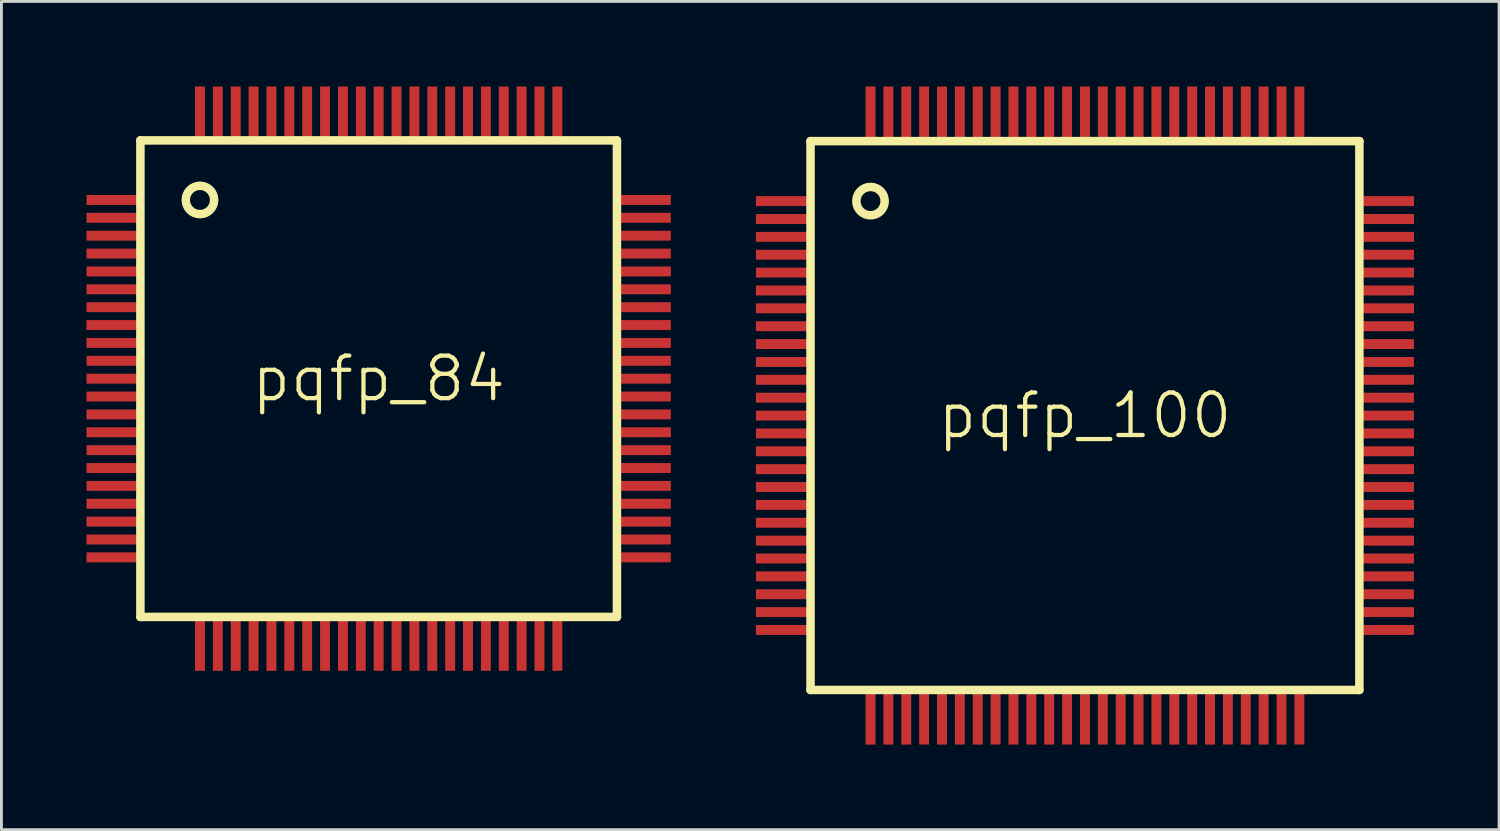
<source format=kicad_pcb>
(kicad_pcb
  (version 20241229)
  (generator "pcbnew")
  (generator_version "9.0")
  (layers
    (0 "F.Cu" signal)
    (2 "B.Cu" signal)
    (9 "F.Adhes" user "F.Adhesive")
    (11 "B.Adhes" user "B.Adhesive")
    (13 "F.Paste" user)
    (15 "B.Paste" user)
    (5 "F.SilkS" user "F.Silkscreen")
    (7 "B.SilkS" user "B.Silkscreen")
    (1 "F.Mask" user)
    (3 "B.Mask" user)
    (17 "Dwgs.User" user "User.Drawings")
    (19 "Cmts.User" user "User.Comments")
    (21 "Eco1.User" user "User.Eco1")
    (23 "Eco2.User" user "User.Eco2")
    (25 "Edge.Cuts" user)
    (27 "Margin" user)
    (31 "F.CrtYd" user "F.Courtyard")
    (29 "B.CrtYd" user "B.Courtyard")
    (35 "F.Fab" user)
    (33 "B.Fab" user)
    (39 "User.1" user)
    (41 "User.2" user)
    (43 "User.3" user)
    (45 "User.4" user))
  (footprint "pqfp_84"
    (layer "F.Cu")
    (at 10.3 10.3)
    (property "Reference" "pqfp_84" (at 0 0 0) (layer "F.SilkS") (effects (font (size 1.5 1.5) (thickness 0.15))))
    (attr through_hole)
    (fp_line (start -8.4 -8.4) (end 8.4 -8.4) (stroke (width 0.3) (type solid)) (layer "F.SilkS"))
    (fp_line (start -8.4 8.4) (end -8.4 -8.4) (stroke (width 0.3) (type solid)) (layer "F.SilkS"))
    (fp_line (start 8.4 -8.4) (end 8.4 8.4) (stroke (width 0.3) (type solid)) (layer "F.SilkS"))
    (fp_line (start 8.4 8.4) (end -8.4 8.4) (stroke (width 0.3) (type solid)) (layer "F.SilkS"))
    (fp_circle (center -6.3 -6.3) (end -5.8 -6.3) (stroke (width 0.3) (type solid)) (fill no) (layer "F.SilkS"))
    (pad "1" smd rect (at -9.4 -6.3 90) (size 0.35 1.8) (layers "F.Cu" "F.Mask" "F.Paste"))
    (pad "2" smd rect (at -9.4 -5.67 90) (size 0.35 1.8) (layers "F.Cu" "F.Mask" "F.Paste"))
    (pad "3" smd rect (at -9.4 -5.04 90) (size 0.35 1.8) (layers "F.Cu" "F.Mask" "F.Paste"))
    (pad "4" smd rect (at -9.4 -4.41 90) (size 0.35 1.8) (layers "F.Cu" "F.Mask" "F.Paste"))
    (pad "5" smd rect (at -9.4 -3.78 90) (size 0.35 1.8) (layers "F.Cu" "F.Mask" "F.Paste"))
    (pad "6" smd rect (at -9.4 -3.15 90) (size 0.35 1.8) (layers "F.Cu" "F.Mask" "F.Paste"))
    (pad "7" smd rect (at -9.4 -2.52 90) (size 0.35 1.8) (layers "F.Cu" "F.Mask" "F.Paste"))
    (pad "8" smd rect (at -9.4 -1.89 90) (size 0.35 1.8) (layers "F.Cu" "F.Mask" "F.Paste"))
    (pad "9" smd rect (at -9.4 -1.26 90) (size 0.35 1.8) (layers "F.Cu" "F.Mask" "F.Paste"))
    (pad "10" smd rect (at -9.4 -0.63 90) (size 0.35 1.8) (layers "F.Cu" "F.Mask" "F.Paste"))
    (pad "11" smd rect (at -9.4 0 90) (size 0.35 1.8) (layers "F.Cu" "F.Mask" "F.Paste"))
    (pad "12" smd rect (at -9.4 0.63 90) (size 0.35 1.8) (layers "F.Cu" "F.Mask" "F.Paste"))
    (pad "13" smd rect (at -9.4 1.26 90) (size 0.35 1.8) (layers "F.Cu" "F.Mask" "F.Paste"))
    (pad "14" smd rect (at -9.4 1.89 90) (size 0.35 1.8) (layers "F.Cu" "F.Mask" "F.Paste"))
    (pad "15" smd rect (at -9.4 2.52 90) (size 0.35 1.8) (layers "F.Cu" "F.Mask" "F.Paste"))
    (pad "16" smd rect (at -9.4 3.15 90) (size 0.35 1.8) (layers "F.Cu" "F.Mask" "F.Paste"))
    (pad "17" smd rect (at -9.4 3.78 90) (size 0.35 1.8) (layers "F.Cu" "F.Mask" "F.Paste"))
    (pad "18" smd rect (at -9.4 4.41 90) (size 0.35 1.8) (layers "F.Cu" "F.Mask" "F.Paste"))
    (pad "19" smd rect (at -9.4 5.04 90) (size 0.35 1.8) (layers "F.Cu" "F.Mask" "F.Paste"))
    (pad "20" smd rect (at -9.4 5.67 90) (size 0.35 1.8) (layers "F.Cu" "F.Mask" "F.Paste"))
    (pad "21" smd rect (at -9.4 6.3 90) (size 0.35 1.8) (layers "F.Cu" "F.Mask" "F.Paste"))
    (pad "22" smd rect (at -6.3 9.4) (size 0.35 1.8) (layers "F.Cu" "F.Mask" "F.Paste"))
    (pad "23" smd rect (at -5.67 9.4) (size 0.35 1.8) (layers "F.Cu" "F.Mask" "F.Paste"))
    (pad "24" smd rect (at -5.04 9.4) (size 0.35 1.8) (layers "F.Cu" "F.Mask" "F.Paste"))
    (pad "25" smd rect (at -4.41 9.4) (size 0.35 1.8) (layers "F.Cu" "F.Mask" "F.Paste"))
    (pad "26" smd rect (at -3.78 9.4) (size 0.35 1.8) (layers "F.Cu" "F.Mask" "F.Paste"))
    (pad "27" smd rect (at -3.15 9.4) (size 0.35 1.8) (layers "F.Cu" "F.Mask" "F.Paste"))
    (pad "28" smd rect (at -2.52 9.4) (size 0.35 1.8) (layers "F.Cu" "F.Mask" "F.Paste"))
    (pad "29" smd rect (at -1.89 9.4) (size 0.35 1.8) (layers "F.Cu" "F.Mask" "F.Paste"))
    (pad "30" smd rect (at -1.26 9.4) (size 0.35 1.8) (layers "F.Cu" "F.Mask" "F.Paste"))
    (pad "31" smd rect (at -0.63 9.4) (size 0.35 1.8) (layers "F.Cu" "F.Mask" "F.Paste"))
    (pad "32" smd rect (at 0 9.4) (size 0.35 1.8) (layers "F.Cu" "F.Mask" "F.Paste"))
    (pad "33" smd rect (at 0.63 9.4) (size 0.35 1.8) (layers "F.Cu" "F.Mask" "F.Paste"))
    (pad "34" smd rect (at 1.26 9.4) (size 0.35 1.8) (layers "F.Cu" "F.Mask" "F.Paste"))
    (pad "35" smd rect (at 1.89 9.4) (size 0.35 1.8) (layers "F.Cu" "F.Mask" "F.Paste"))
    (pad "36" smd rect (at 2.52 9.4) (size 0.35 1.8) (layers "F.Cu" "F.Mask" "F.Paste"))
    (pad "37" smd rect (at 3.15 9.4) (size 0.35 1.8) (layers "F.Cu" "F.Mask" "F.Paste"))
    (pad "38" smd rect (at 3.78 9.4) (size 0.35 1.8) (layers "F.Cu" "F.Mask" "F.Paste"))
    (pad "39" smd rect (at 4.41 9.4) (size 0.35 1.8) (layers "F.Cu" "F.Mask" "F.Paste"))
    (pad "40" smd rect (at 5.04 9.4) (size 0.35 1.8) (layers "F.Cu" "F.Mask" "F.Paste"))
    (pad "41" smd rect (at 5.67 9.4) (size 0.35 1.8) (layers "F.Cu" "F.Mask" "F.Paste"))
    (pad "42" smd rect (at 6.3 9.4) (size 0.35 1.8) (layers "F.Cu" "F.Mask" "F.Paste"))
    (pad "43" smd rect (at 9.4 6.3 90) (size 0.35 1.8) (layers "F.Cu" "F.Mask" "F.Paste"))
    (pad "44" smd rect (at 9.4 5.67 90) (size 0.35 1.8) (layers "F.Cu" "F.Mask" "F.Paste"))
    (pad "45" smd rect (at 9.4 5.04 90) (size 0.35 1.8) (layers "F.Cu" "F.Mask" "F.Paste"))
    (pad "46" smd rect (at 9.4 4.41 90) (size 0.35 1.8) (layers "F.Cu" "F.Mask" "F.Paste"))
    (pad "47" smd rect (at 9.4 3.78 90) (size 0.35 1.8) (layers "F.Cu" "F.Mask" "F.Paste"))
    (pad "48" smd rect (at 9.4 3.15 90) (size 0.35 1.8) (layers "F.Cu" "F.Mask" "F.Paste"))
    (pad "49" smd rect (at 9.4 2.52 90) (size 0.35 1.8) (layers "F.Cu" "F.Mask" "F.Paste"))
    (pad "50" smd rect (at 9.4 1.89 90) (size 0.35 1.8) (layers "F.Cu" "F.Mask" "F.Paste"))
    (pad "51" smd rect (at 9.4 1.26 90) (size 0.35 1.8) (layers "F.Cu" "F.Mask" "F.Paste"))
    (pad "52" smd rect (at 9.4 0.63 90) (size 0.35 1.8) (layers "F.Cu" "F.Mask" "F.Paste"))
    (pad "53" smd rect (at 9.4 0 90) (size 0.35 1.8) (layers "F.Cu" "F.Mask" "F.Paste"))
    (pad "54" smd rect (at 9.4 -0.63 90) (size 0.35 1.8) (layers "F.Cu" "F.Mask" "F.Paste"))
    (pad "55" smd rect (at 9.4 -1.26 90) (size 0.35 1.8) (layers "F.Cu" "F.Mask" "F.Paste"))
    (pad "56" smd rect (at 9.4 -1.89 90) (size 0.35 1.8) (layers "F.Cu" "F.Mask" "F.Paste"))
    (pad "57" smd rect (at 9.4 -2.52 90) (size 0.35 1.8) (layers "F.Cu" "F.Mask" "F.Paste"))
    (pad "58" smd rect (at 9.4 -3.15 90) (size 0.35 1.8) (layers "F.Cu" "F.Mask" "F.Paste"))
    (pad "59" smd rect (at 9.4 -3.78 90) (size 0.35 1.8) (layers "F.Cu" "F.Mask" "F.Paste"))
    (pad "60" smd rect (at 9.4 -4.41 90) (size 0.35 1.8) (layers "F.Cu" "F.Mask" "F.Paste"))
    (pad "61" smd rect (at 9.4 -5.04 90) (size 0.35 1.8) (layers "F.Cu" "F.Mask" "F.Paste"))
    (pad "62" smd rect (at 9.4 -5.67 90) (size 0.35 1.8) (layers "F.Cu" "F.Mask" "F.Paste"))
    (pad "63" smd rect (at 9.4 -6.3 90) (size 0.35 1.8) (layers "F.Cu" "F.Mask" "F.Paste"))
    (pad "64" smd rect (at 6.3 -9.4) (size 0.35 1.8) (layers "F.Cu" "F.Mask" "F.Paste"))
    (pad "65" smd rect (at 5.67 -9.4) (size 0.35 1.8) (layers "F.Cu" "F.Mask" "F.Paste"))
    (pad "66" smd rect (at 5.04 -9.4) (size 0.35 1.8) (layers "F.Cu" "F.Mask" "F.Paste"))
    (pad "67" smd rect (at 4.41 -9.4) (size 0.35 1.8) (layers "F.Cu" "F.Mask" "F.Paste"))
    (pad "68" smd rect (at 3.78 -9.4) (size 0.35 1.8) (layers "F.Cu" "F.Mask" "F.Paste"))
    (pad "69" smd rect (at 3.15 -9.4) (size 0.35 1.8) (layers "F.Cu" "F.Mask" "F.Paste"))
    (pad "70" smd rect (at 2.52 -9.4) (size 0.35 1.8) (layers "F.Cu" "F.Mask" "F.Paste"))
    (pad "71" smd rect (at 1.89 -9.4) (size 0.35 1.8) (layers "F.Cu" "F.Mask" "F.Paste"))
    (pad "72" smd rect (at 1.26 -9.4) (size 0.35 1.8) (layers "F.Cu" "F.Mask" "F.Paste"))
    (pad "73" smd rect (at 0.63 -9.4) (size 0.35 1.8) (layers "F.Cu" "F.Mask" "F.Paste"))
    (pad "74" smd rect (at 0 -9.4) (size 0.35 1.8) (layers "F.Cu" "F.Mask" "F.Paste"))
    (pad "75" smd rect (at -0.63 -9.4) (size 0.35 1.8) (layers "F.Cu" "F.Mask" "F.Paste"))
    (pad "76" smd rect (at -1.26 -9.4) (size 0.35 1.8) (layers "F.Cu" "F.Mask" "F.Paste"))
    (pad "77" smd rect (at -1.89 -9.4) (size 0.35 1.8) (layers "F.Cu" "F.Mask" "F.Paste"))
    (pad "78" smd rect (at -2.52 -9.4) (size 0.35 1.8) (layers "F.Cu" "F.Mask" "F.Paste"))
    (pad "79" smd rect (at -3.15 -9.4) (size 0.35 1.8) (layers "F.Cu" "F.Mask" "F.Paste"))
    (pad "80" smd rect (at -3.78 -9.4) (size 0.35 1.8) (layers "F.Cu" "F.Mask" "F.Paste"))
    (pad "81" smd rect (at -4.41 -9.4) (size 0.35 1.8) (layers "F.Cu" "F.Mask" "F.Paste"))
    (pad "82" smd rect (at -5.04 -9.4) (size 0.35 1.8) (layers "F.Cu" "F.Mask" "F.Paste"))
    (pad "83" smd rect (at -5.67 -9.4) (size 0.35 1.8) (layers "F.Cu" "F.Mask" "F.Paste"))
    (pad "84" smd rect (at -6.3 -9.4) (size 0.35 1.8) (layers "F.Cu" "F.Mask" "F.Paste")))
  (footprint "pqfp_100"
    (layer "F.Cu")
    (at 35.2 11.6)
    (property "Reference" "pqfp_100" (at 0 0 0) (layer "F.SilkS") (effects (font (size 1.5 1.5) (thickness 0.15))))
    (attr through_hole)
    (fp_line (start -9.675 -9.675) (end 9.675 -9.675) (stroke (width 0.3) (type solid)) (layer "F.SilkS"))
    (fp_line (start -9.675 9.675) (end -9.675 -9.675) (stroke (width 0.3) (type solid)) (layer "F.SilkS"))
    (fp_line (start 9.675 -9.675) (end 9.675 9.675) (stroke (width 0.3) (type solid)) (layer "F.SilkS"))
    (fp_line (start 9.675 9.675) (end -9.675 9.675) (stroke (width 0.3) (type solid)) (layer "F.SilkS"))
    (fp_circle (center -7.56 -7.56) (end -7.06 -7.56) (stroke (width 0.3) (type solid)) (fill no) (layer "F.SilkS"))
    (pad "1" smd rect (at -10.7 -7.56 90) (size 0.35 1.8) (layers "F.Cu" "F.Mask" "F.Paste"))
    (pad "2" smd rect (at -10.7 -6.93 90) (size 0.35 1.8) (layers "F.Cu" "F.Mask" "F.Paste"))
    (pad "3" smd rect (at -10.7 -6.3 90) (size 0.35 1.8) (layers "F.Cu" "F.Mask" "F.Paste"))
    (pad "4" smd rect (at -10.7 -5.67 90) (size 0.35 1.8) (layers "F.Cu" "F.Mask" "F.Paste"))
    (pad "5" smd rect (at -10.7 -5.04 90) (size 0.35 1.8) (layers "F.Cu" "F.Mask" "F.Paste"))
    (pad "6" smd rect (at -10.7 -4.41 90) (size 0.35 1.8) (layers "F.Cu" "F.Mask" "F.Paste"))
    (pad "7" smd rect (at -10.7 -3.78 90) (size 0.35 1.8) (layers "F.Cu" "F.Mask" "F.Paste"))
    (pad "8" smd rect (at -10.7 -3.15 90) (size 0.35 1.8) (layers "F.Cu" "F.Mask" "F.Paste"))
    (pad "9" smd rect (at -10.7 -2.52 90) (size 0.35 1.8) (layers "F.Cu" "F.Mask" "F.Paste"))
    (pad "10" smd rect (at -10.7 -1.89 90) (size 0.35 1.8) (layers "F.Cu" "F.Mask" "F.Paste"))
    (pad "11" smd rect (at -10.7 -1.26 90) (size 0.35 1.8) (layers "F.Cu" "F.Mask" "F.Paste"))
    (pad "12" smd rect (at -10.7 -0.63 90) (size 0.35 1.8) (layers "F.Cu" "F.Mask" "F.Paste"))
    (pad "13" smd rect (at -10.7 0 90) (size 0.35 1.8) (layers "F.Cu" "F.Mask" "F.Paste"))
    (pad "14" smd rect (at -10.7 0.63 90) (size 0.35 1.8) (layers "F.Cu" "F.Mask" "F.Paste"))
    (pad "15" smd rect (at -10.7 1.26 90) (size 0.35 1.8) (layers "F.Cu" "F.Mask" "F.Paste"))
    (pad "16" smd rect (at -10.7 1.89 90) (size 0.35 1.8) (layers "F.Cu" "F.Mask" "F.Paste"))
    (pad "17" smd rect (at -10.7 2.52 90) (size 0.35 1.8) (layers "F.Cu" "F.Mask" "F.Paste"))
    (pad "18" smd rect (at -10.7 3.15 90) (size 0.35 1.8) (layers "F.Cu" "F.Mask" "F.Paste"))
    (pad "19" smd rect (at -10.7 3.78 90) (size 0.35 1.8) (layers "F.Cu" "F.Mask" "F.Paste"))
    (pad "20" smd rect (at -10.7 4.41 90) (size 0.35 1.8) (layers "F.Cu" "F.Mask" "F.Paste"))
    (pad "21" smd rect (at -10.7 5.04 90) (size 0.35 1.8) (layers "F.Cu" "F.Mask" "F.Paste"))
    (pad "22" smd rect (at -10.7 5.67 90) (size 0.35 1.8) (layers "F.Cu" "F.Mask" "F.Paste"))
    (pad "23" smd rect (at -10.7 6.3 90) (size 0.35 1.8) (layers "F.Cu" "F.Mask" "F.Paste"))
    (pad "24" smd rect (at -10.7 6.93 90) (size 0.35 1.8) (layers "F.Cu" "F.Mask" "F.Paste"))
    (pad "25" smd rect (at -10.7 7.56 90) (size 0.35 1.8) (layers "F.Cu" "F.Mask" "F.Paste"))
    (pad "26" smd rect (at -7.56 10.7) (size 0.35 1.8) (layers "F.Cu" "F.Mask" "F.Paste"))
    (pad "27" smd rect (at -6.93 10.7) (size 0.35 1.8) (layers "F.Cu" "F.Mask" "F.Paste"))
    (pad "28" smd rect (at -6.3 10.7) (size 0.35 1.8) (layers "F.Cu" "F.Mask" "F.Paste"))
    (pad "29" smd rect (at -5.67 10.7) (size 0.35 1.8) (layers "F.Cu" "F.Mask" "F.Paste"))
    (pad "30" smd rect (at -5.04 10.7) (size 0.35 1.8) (layers "F.Cu" "F.Mask" "F.Paste"))
    (pad "31" smd rect (at -4.41 10.7) (size 0.35 1.8) (layers "F.Cu" "F.Mask" "F.Paste"))
    (pad "32" smd rect (at -3.78 10.7) (size 0.35 1.8) (layers "F.Cu" "F.Mask" "F.Paste"))
    (pad "33" smd rect (at -3.15 10.7) (size 0.35 1.8) (layers "F.Cu" "F.Mask" "F.Paste"))
    (pad "34" smd rect (at -2.52 10.7) (size 0.35 1.8) (layers "F.Cu" "F.Mask" "F.Paste"))
    (pad "35" smd rect (at -1.89 10.7) (size 0.35 1.8) (layers "F.Cu" "F.Mask" "F.Paste"))
    (pad "36" smd rect (at -1.26 10.7) (size 0.35 1.8) (layers "F.Cu" "F.Mask" "F.Paste"))
    (pad "37" smd rect (at -0.63 10.7) (size 0.35 1.8) (layers "F.Cu" "F.Mask" "F.Paste"))
    (pad "38" smd rect (at 0 10.7) (size 0.35 1.8) (layers "F.Cu" "F.Mask" "F.Paste"))
    (pad "39" smd rect (at 0.63 10.7) (size 0.35 1.8) (layers "F.Cu" "F.Mask" "F.Paste"))
    (pad "40" smd rect (at 1.26 10.7) (size 0.35 1.8) (layers "F.Cu" "F.Mask" "F.Paste"))
    (pad "41" smd rect (at 1.89 10.7) (size 0.35 1.8) (layers "F.Cu" "F.Mask" "F.Paste"))
    (pad "42" smd rect (at 2.52 10.7) (size 0.35 1.8) (layers "F.Cu" "F.Mask" "F.Paste"))
    (pad "43" smd rect (at 3.15 10.7) (size 0.35 1.8) (layers "F.Cu" "F.Mask" "F.Paste"))
    (pad "44" smd rect (at 3.78 10.7) (size 0.35 1.8) (layers "F.Cu" "F.Mask" "F.Paste"))
    (pad "45" smd rect (at 4.41 10.7) (size 0.35 1.8) (layers "F.Cu" "F.Mask" "F.Paste"))
    (pad "46" smd rect (at 5.04 10.7) (size 0.35 1.8) (layers "F.Cu" "F.Mask" "F.Paste"))
    (pad "47" smd rect (at 5.67 10.7) (size 0.35 1.8) (layers "F.Cu" "F.Mask" "F.Paste"))
    (pad "48" smd rect (at 6.3 10.7) (size 0.35 1.8) (layers "F.Cu" "F.Mask" "F.Paste"))
    (pad "49" smd rect (at 6.93 10.7) (size 0.35 1.8) (layers "F.Cu" "F.Mask" "F.Paste"))
    (pad "50" smd rect (at 7.56 10.7) (size 0.35 1.8) (layers "F.Cu" "F.Mask" "F.Paste"))
    (pad "51" smd rect (at 10.7 7.56 90) (size 0.35 1.8) (layers "F.Cu" "F.Mask" "F.Paste"))
    (pad "52" smd rect (at 10.7 6.93 90) (size 0.35 1.8) (layers "F.Cu" "F.Mask" "F.Paste"))
    (pad "53" smd rect (at 10.7 6.3 90) (size 0.35 1.8) (layers "F.Cu" "F.Mask" "F.Paste"))
    (pad "54" smd rect (at 10.7 5.67 90) (size 0.35 1.8) (layers "F.Cu" "F.Mask" "F.Paste"))
    (pad "55" smd rect (at 10.7 5.04 90) (size 0.35 1.8) (layers "F.Cu" "F.Mask" "F.Paste"))
    (pad "56" smd rect (at 10.7 4.41 90) (size 0.35 1.8) (layers "F.Cu" "F.Mask" "F.Paste"))
    (pad "57" smd rect (at 10.7 3.78 90) (size 0.35 1.8) (layers "F.Cu" "F.Mask" "F.Paste"))
    (pad "58" smd rect (at 10.7 3.15 90) (size 0.35 1.8) (layers "F.Cu" "F.Mask" "F.Paste"))
    (pad "59" smd rect (at 10.7 2.52 90) (size 0.35 1.8) (layers "F.Cu" "F.Mask" "F.Paste"))
    (pad "60" smd rect (at 10.7 1.89 90) (size 0.35 1.8) (layers "F.Cu" "F.Mask" "F.Paste"))
    (pad "61" smd rect (at 10.7 1.26 90) (size 0.35 1.8) (layers "F.Cu" "F.Mask" "F.Paste"))
    (pad "62" smd rect (at 10.7 0.63 90) (size 0.35 1.8) (layers "F.Cu" "F.Mask" "F.Paste"))
    (pad "63" smd rect (at 10.7 0 90) (size 0.35 1.8) (layers "F.Cu" "F.Mask" "F.Paste"))
    (pad "64" smd rect (at 10.7 -0.63 90) (size 0.35 1.8) (layers "F.Cu" "F.Mask" "F.Paste"))
    (pad "65" smd rect (at 10.7 -1.26 90) (size 0.35 1.8) (layers "F.Cu" "F.Mask" "F.Paste"))
    (pad "66" smd rect (at 10.7 -1.89 90) (size 0.35 1.8) (layers "F.Cu" "F.Mask" "F.Paste"))
    (pad "67" smd rect (at 10.7 -2.52 90) (size 0.35 1.8) (layers "F.Cu" "F.Mask" "F.Paste"))
    (pad "68" smd rect (at 10.7 -3.15 90) (size 0.35 1.8) (layers "F.Cu" "F.Mask" "F.Paste"))
    (pad "69" smd rect (at 10.7 -3.78 90) (size 0.35 1.8) (layers "F.Cu" "F.Mask" "F.Paste"))
    (pad "70" smd rect (at 10.7 -4.41 90) (size 0.35 1.8) (layers "F.Cu" "F.Mask" "F.Paste"))
    (pad "71" smd rect (at 10.7 -5.04 90) (size 0.35 1.8) (layers "F.Cu" "F.Mask" "F.Paste"))
    (pad "72" smd rect (at 10.7 -5.67 90) (size 0.35 1.8) (layers "F.Cu" "F.Mask" "F.Paste"))
    (pad "73" smd rect (at 10.7 -6.3 90) (size 0.35 1.8) (layers "F.Cu" "F.Mask" "F.Paste"))
    (pad "74" smd rect (at 10.7 -6.93 90) (size 0.35 1.8) (layers "F.Cu" "F.Mask" "F.Paste"))
    (pad "75" smd rect (at 10.7 -7.56 90) (size 0.35 1.8) (layers "F.Cu" "F.Mask" "F.Paste"))
    (pad "76" smd rect (at 7.56 -10.7) (size 0.35 1.8) (layers "F.Cu" "F.Mask" "F.Paste"))
    (pad "77" smd rect (at 6.93 -10.7) (size 0.35 1.8) (layers "F.Cu" "F.Mask" "F.Paste"))
    (pad "78" smd rect (at 6.3 -10.7) (size 0.35 1.8) (layers "F.Cu" "F.Mask" "F.Paste"))
    (pad "79" smd rect (at 5.67 -10.7) (size 0.35 1.8) (layers "F.Cu" "F.Mask" "F.Paste"))
    (pad "80" smd rect (at 5.04 -10.7) (size 0.35 1.8) (layers "F.Cu" "F.Mask" "F.Paste"))
    (pad "81" smd rect (at 4.41 -10.7) (size 0.35 1.8) (layers "F.Cu" "F.Mask" "F.Paste"))
    (pad "82" smd rect (at 3.78 -10.7) (size 0.35 1.8) (layers "F.Cu" "F.Mask" "F.Paste"))
    (pad "83" smd rect (at 3.15 -10.7) (size 0.35 1.8) (layers "F.Cu" "F.Mask" "F.Paste"))
    (pad "84" smd rect (at 2.52 -10.7) (size 0.35 1.8) (layers "F.Cu" "F.Mask" "F.Paste"))
    (pad "85" smd rect (at 1.89 -10.7) (size 0.35 1.8) (layers "F.Cu" "F.Mask" "F.Paste"))
    (pad "86" smd rect (at 1.26 -10.7) (size 0.35 1.8) (layers "F.Cu" "F.Mask" "F.Paste"))
    (pad "87" smd rect (at 0.63 -10.7) (size 0.35 1.8) (layers "F.Cu" "F.Mask" "F.Paste"))
    (pad "88" smd rect (at 0 -10.7) (size 0.35 1.8) (layers "F.Cu" "F.Mask" "F.Paste"))
    (pad "89" smd rect (at -0.63 -10.7) (size 0.35 1.8) (layers "F.Cu" "F.Mask" "F.Paste"))
    (pad "90" smd rect (at -1.26 -10.7) (size 0.35 1.8) (layers "F.Cu" "F.Mask" "F.Paste"))
    (pad "91" smd rect (at -1.89 -10.7) (size 0.35 1.8) (layers "F.Cu" "F.Mask" "F.Paste"))
    (pad "92" smd rect (at -2.52 -10.7) (size 0.35 1.8) (layers "F.Cu" "F.Mask" "F.Paste"))
    (pad "93" smd rect (at -3.15 -10.7) (size 0.35 1.8) (layers "F.Cu" "F.Mask" "F.Paste"))
    (pad "94" smd rect (at -3.78 -10.7) (size 0.35 1.8) (layers "F.Cu" "F.Mask" "F.Paste"))
    (pad "95" smd rect (at -4.41 -10.7) (size 0.35 1.8) (layers "F.Cu" "F.Mask" "F.Paste"))
    (pad "96" smd rect (at -5.04 -10.7) (size 0.35 1.8) (layers "F.Cu" "F.Mask" "F.Paste"))
    (pad "97" smd rect (at -5.67 -10.7) (size 0.35 1.8) (layers "F.Cu" "F.Mask" "F.Paste"))
    (pad "98" smd rect (at -6.3 -10.7) (size 0.35 1.8) (layers "F.Cu" "F.Mask" "F.Paste"))
    (pad "99" smd rect (at -6.93 -10.7) (size 0.35 1.8) (layers "F.Cu" "F.Mask" "F.Paste"))
    (pad "100" smd rect (at -7.56 -10.7) (size 0.35 1.8) (layers "F.Cu" "F.Mask" "F.Paste")))
  (gr_rect
    (start -3 -3)
    (end 49.8 26.2)
    (stroke (width 0.1) (type default))
    (fill no)
    (layer "Edge.Cuts")))
</source>
